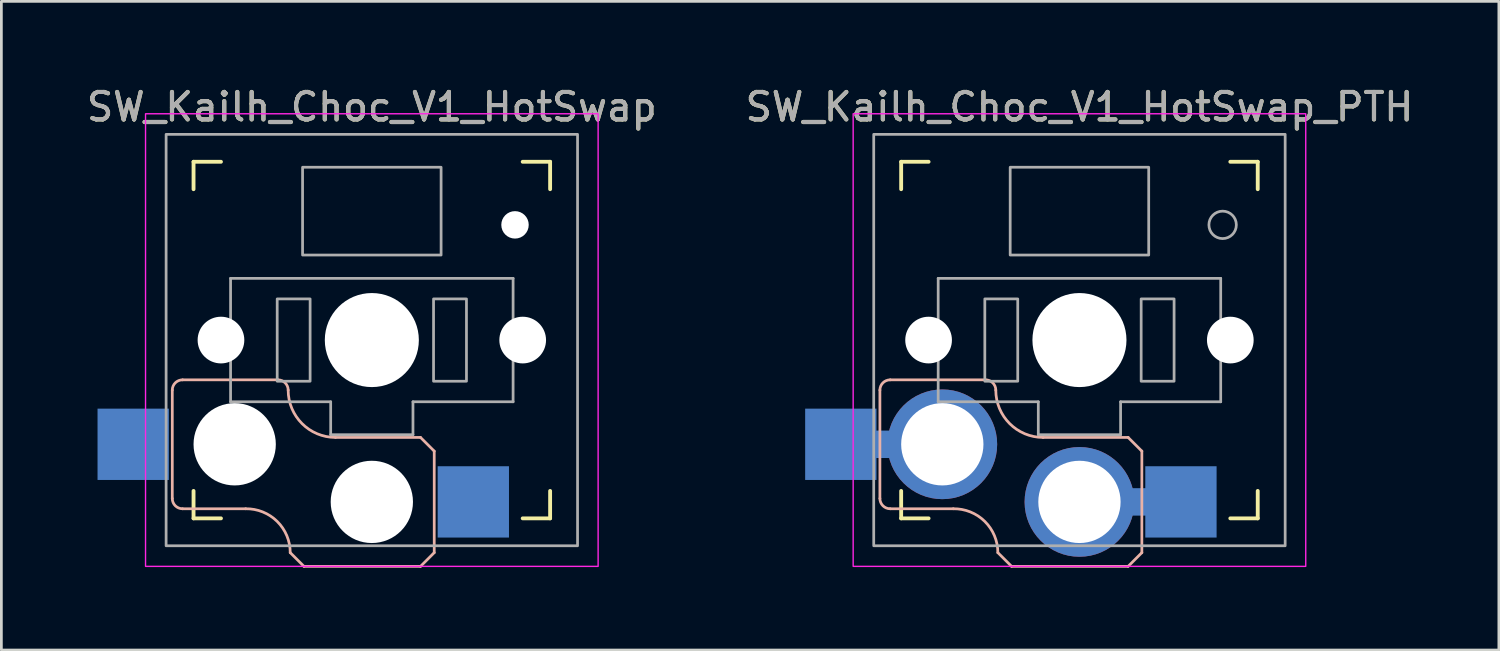
<source format=kicad_pcb>
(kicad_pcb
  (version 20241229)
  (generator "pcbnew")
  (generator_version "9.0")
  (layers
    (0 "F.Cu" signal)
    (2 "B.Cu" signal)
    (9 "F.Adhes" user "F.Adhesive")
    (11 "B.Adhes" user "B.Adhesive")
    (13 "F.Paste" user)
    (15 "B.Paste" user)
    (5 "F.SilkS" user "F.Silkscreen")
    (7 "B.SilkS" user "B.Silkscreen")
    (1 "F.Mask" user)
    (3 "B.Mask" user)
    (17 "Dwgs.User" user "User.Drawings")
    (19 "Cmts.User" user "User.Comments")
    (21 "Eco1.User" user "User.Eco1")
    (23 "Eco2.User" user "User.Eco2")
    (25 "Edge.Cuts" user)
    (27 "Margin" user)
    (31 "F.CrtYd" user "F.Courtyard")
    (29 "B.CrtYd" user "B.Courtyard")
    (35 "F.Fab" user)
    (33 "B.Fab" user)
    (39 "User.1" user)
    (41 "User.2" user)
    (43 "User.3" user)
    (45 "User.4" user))
  (footprint "SW_Kailh_Choc_V1_HotSwap"
    (layer "F.Cu")
    (at 10.506 9.348)
    (property "Reference" "SW_Kailh_Choc_V1_HotSwap" (at 0 -8.5 0) (unlocked yes) (layer "F.SilkS") (effects (font (size 1 1) (thickness 0.15))))
    (attr through_hole)
    (fp_line (start -6.5 -5.5) (end -6.5 -6.5) (stroke (width 0.14) (type solid)) (layer "F.SilkS"))
    (fp_line (start -6.5 6.5) (end -6.5 5.5) (stroke (width 0.14) (type solid)) (layer "F.SilkS"))
    (fp_line (start -6.5 6.5) (end -5.5 6.5) (stroke (width 0.14) (type solid)) (layer "F.SilkS"))
    (fp_line (start -5.5 -6.5) (end -6.5 -6.5) (stroke (width 0.14) (type solid)) (layer "F.SilkS"))
    (fp_line (start 5.5 6.5) (end 6.5 6.5) (stroke (width 0.14) (type solid)) (layer "F.SilkS"))
    (fp_line (start 6.5 -6.5) (end 5.5 -6.5) (stroke (width 0.14) (type solid)) (layer "F.SilkS"))
    (fp_line (start 6.5 -6.5) (end 6.5 -5.5) (stroke (width 0.14) (type solid)) (layer "F.SilkS"))
    (fp_line (start 6.5 5.5) (end 6.5 6.5) (stroke (width 0.14) (type solid)) (layer "F.SilkS"))
    (fp_line (start -7.275 5.775) (end -7.275 1.825) (stroke (width 0.1) (type default)) (layer "B.SilkS"))
    (fp_line (start -6.9 1.45) (end -3.425 1.45) (stroke (width 0.1) (type default)) (layer "B.SilkS"))
    (fp_line (start -6.9 6.15) (end -4.6 6.15) (stroke (width 0.1) (type default)) (layer "B.SilkS"))
    (fp_line (start -2.475 8.25) (end -2.975 7.75) (stroke (width 0.1) (type default)) (layer "B.SilkS"))
    (fp_line (start -1.325 3.55) (end 1.775 3.55) (stroke (width 0.1) (type default)) (layer "B.SilkS"))
    (fp_line (start 1.775 8.25) (end -2.475 8.25) (stroke (width 0.1) (type default)) (layer "B.SilkS"))
    (fp_line (start 2.275 4.05) (end 1.775 3.55) (stroke (width 0.1) (type default)) (layer "B.SilkS"))
    (fp_line (start 2.275 4.05) (end 2.275 7.75) (stroke (width 0.1) (type default)) (layer "B.SilkS"))
    (fp_line (start 2.275 7.75) (end 1.775 8.25) (stroke (width 0.1) (type default)) (layer "B.SilkS"))
    (fp_arc (start -7.275 1.825) (mid -7.165165 1.559835) (end -6.9 1.45) (stroke (width 0.1) (type default)) (layer "B.SilkS"))
    (fp_arc (start -6.9 6.15) (mid -7.165165 6.040165) (end -7.275 5.775) (stroke (width 0.1) (type default)) (layer "B.SilkS"))
    (fp_arc (start -4.600195 6.15) (mid -3.45256 6.609686) (end -2.975 7.75) (stroke (width 0.1) (type default)) (layer "B.SilkS"))
    (fp_arc (start -3.425 1.45) (mid -3.159835 1.559835) (end -3.05 1.825) (stroke (width 0.1) (type default)) (layer "B.SilkS"))
    (fp_arc (start -1.325 3.55) (mid -2.544759 3.044759) (end -3.05 1.825) (stroke (width 0.1) (type default)) (layer "B.SilkS"))
    (fp_rect (start -8.25 -8.25) (end 8.25 8.25) (stroke (width 0.05) (type solid)) (fill no) (layer "F.CrtYd"))
    (fp_line (start -5.15 -2.25) (end -5.15 2.25) (stroke (width 0.1) (type default)) (layer "F.Fab"))
    (fp_line (start -5.15 -2.25) (end 5.15 -2.25) (stroke (width 0.1) (type default)) (layer "F.Fab"))
    (fp_line (start -5.15 2.25) (end -1.5 2.25) (stroke (width 0.1) (type default)) (layer "F.Fab"))
    (fp_line (start -1.5 3.45) (end -1.5 2.25) (stroke (width 0.1) (type default)) (layer "F.Fab"))
    (fp_line (start 1.5 2.25) (end 1.5 3.45) (stroke (width 0.1) (type default)) (layer "F.Fab"))
    (fp_line (start 1.5 3.45) (end -1.5 3.45) (stroke (width 0.1) (type default)) (layer "F.Fab"))
    (fp_line (start 5.15 -2.25) (end 5.15 2.25) (stroke (width 0.1) (type default)) (layer "F.Fab"))
    (fp_line (start 5.15 2.25) (end 1.5 2.25) (stroke (width 0.1) (type default)) (layer "F.Fab"))
    (fp_rect (start -7.5 -7.5) (end 7.5 7.5) (stroke (width 0.1) (type solid)) (fill no) (layer "F.Fab"))
    (fp_rect (start -2.525 -6.3) (end 2.525 -3.1) (stroke (width 0.1) (type default)) (fill no) (layer "F.Fab"))
    (fp_rect (start -2.25 -1.5) (end -3.45 1.5) (stroke (width 0.1) (type default)) (fill no) (layer "F.Fab"))
    (fp_rect (start 3.45 -1.5) (end 2.25 1.5) (stroke (width 0.1) (type default)) (fill no) (layer "F.Fab"))
    (fp_text user "${REFERENCE}" (at 0 -8.5 0) (unlocked yes) (layer "F.Fab") (effects (font (size 1 1) (thickness 0.15))))
    (pad "" np_thru_hole circle (at -5.5 0) (size 1.702 1.702) (drill 1.702) (layers "*.Cu" "*.Mask"))
    (pad "" np_thru_hole circle (at -5 3.8) (size 3 3) (drill 3) (layers "*.Cu" "*.Mask"))
    (pad "" np_thru_hole circle (at 0 0) (size 3.429 3.429) (drill 3.429) (layers "*.Cu" "*.Mask"))
    (pad "" np_thru_hole circle (at 0 5.9) (size 3 3) (drill 3) (layers "*.Cu" "*.Mask"))
    (pad "" np_thru_hole circle (at 5.22 -4.2) (size 1 1) (drill 1) (layers "*.Cu" "*.Mask"))
    (pad "" np_thru_hole circle (at 5.5 0) (size 1.702 1.702) (drill 1.702) (layers "*.Cu" "*.Mask"))
    (pad "1" smd rect (at 3.7 5.9) (size 2.6 2.6) (layers "B.Cu" "B.Mask" "B.Paste"))
    (pad "2" smd rect (at -8.7 3.8) (size 2.6 2.6) (layers "B.Cu" "B.Mask" "B.Paste")))
  (footprint "SW_Kailh_Choc_V1_HotSwap_PTH"
    (layer "F.Cu")
    (at 36.304 9.348)
    (property "Reference" "SW_Kailh_Choc_V1_HotSwap_PTH" (at 0 -8.5 0) (unlocked yes) (layer "F.SilkS") (effects (font (size 1 1) (thickness 0.15))))
    (attr through_hole)
    (fp_line (start -6.5 -5.5) (end -6.5 -6.5) (stroke (width 0.14) (type solid)) (layer "F.SilkS"))
    (fp_line (start -6.5 6.5) (end -6.5 5.5) (stroke (width 0.14) (type solid)) (layer "F.SilkS"))
    (fp_line (start -6.5 6.5) (end -5.5 6.5) (stroke (width 0.14) (type solid)) (layer "F.SilkS"))
    (fp_line (start -5.5 -6.5) (end -6.5 -6.5) (stroke (width 0.14) (type solid)) (layer "F.SilkS"))
    (fp_line (start 5.5 6.5) (end 6.5 6.5) (stroke (width 0.14) (type solid)) (layer "F.SilkS"))
    (fp_line (start 6.5 -6.5) (end 5.5 -6.5) (stroke (width 0.14) (type solid)) (layer "F.SilkS"))
    (fp_line (start 6.5 -6.5) (end 6.5 -5.5) (stroke (width 0.14) (type solid)) (layer "F.SilkS"))
    (fp_line (start 6.5 5.5) (end 6.5 6.5) (stroke (width 0.14) (type solid)) (layer "F.SilkS"))
    (fp_line (start -7.275 5.775) (end -7.275 1.825) (stroke (width 0.1) (type default)) (layer "B.SilkS"))
    (fp_line (start -6.9 1.45) (end -3.425 1.45) (stroke (width 0.1) (type default)) (layer "B.SilkS"))
    (fp_line (start -6.9 6.15) (end -4.6 6.15) (stroke (width 0.1) (type default)) (layer "B.SilkS"))
    (fp_line (start -2.475 8.25) (end -2.975 7.75) (stroke (width 0.1) (type default)) (layer "B.SilkS"))
    (fp_line (start -1.325 3.55) (end 1.775 3.55) (stroke (width 0.1) (type default)) (layer "B.SilkS"))
    (fp_line (start 1.775 8.25) (end -2.475 8.25) (stroke (width 0.1) (type default)) (layer "B.SilkS"))
    (fp_line (start 2.275 4.05) (end 1.775 3.55) (stroke (width 0.1) (type default)) (layer "B.SilkS"))
    (fp_line (start 2.275 4.05) (end 2.275 7.75) (stroke (width 0.1) (type default)) (layer "B.SilkS"))
    (fp_line (start 2.275 7.75) (end 1.775 8.25) (stroke (width 0.1) (type default)) (layer "B.SilkS"))
    (fp_arc (start -7.275 1.825) (mid -7.165165 1.559835) (end -6.9 1.45) (stroke (width 0.1) (type default)) (layer "B.SilkS"))
    (fp_arc (start -6.9 6.15) (mid -7.165165 6.040165) (end -7.275 5.775) (stroke (width 0.1) (type default)) (layer "B.SilkS"))
    (fp_arc (start -4.600195 6.15) (mid -3.45256 6.609686) (end -2.975 7.75) (stroke (width 0.1) (type default)) (layer "B.SilkS"))
    (fp_arc (start -3.425 1.45) (mid -3.159835 1.559835) (end -3.05 1.825) (stroke (width 0.1) (type default)) (layer "B.SilkS"))
    (fp_arc (start -1.325 3.55) (mid -2.544759 3.044759) (end -3.05 1.825) (stroke (width 0.1) (type default)) (layer "B.SilkS"))
    (fp_rect (start -8.25 -8.25) (end 8.25 8.25) (stroke (width 0.05) (type solid)) (fill no) (layer "F.CrtYd"))
    (fp_line (start -5.15 -2.25) (end -5.15 2.25) (stroke (width 0.1) (type default)) (layer "F.Fab"))
    (fp_line (start -5.15 -2.25) (end 5.15 -2.25) (stroke (width 0.1) (type default)) (layer "F.Fab"))
    (fp_line (start -5.15 2.25) (end -1.5 2.25) (stroke (width 0.1) (type default)) (layer "F.Fab"))
    (fp_line (start -1.5 3.45) (end -1.5 2.25) (stroke (width 0.1) (type default)) (layer "F.Fab"))
    (fp_line (start 1.5 2.25) (end 1.5 3.45) (stroke (width 0.1) (type default)) (layer "F.Fab"))
    (fp_line (start 1.5 3.45) (end -1.5 3.45) (stroke (width 0.1) (type default)) (layer "F.Fab"))
    (fp_line (start 5.15 -2.25) (end 5.15 2.25) (stroke (width 0.1) (type default)) (layer "F.Fab"))
    (fp_line (start 5.15 2.25) (end 1.5 2.25) (stroke (width 0.1) (type default)) (layer "F.Fab"))
    (fp_rect (start -7.5 -7.5) (end 7.5 7.5) (stroke (width 0.1) (type solid)) (fill no) (layer "F.Fab"))
    (fp_rect (start -2.525 -6.3) (end 2.525 -3.1) (stroke (width 0.1) (type default)) (fill no) (layer "F.Fab"))
    (fp_rect (start -2.25 -1.5) (end -3.45 1.5) (stroke (width 0.1) (type default)) (fill no) (layer "F.Fab"))
    (fp_rect (start 3.45 -1.5) (end 2.25 1.5) (stroke (width 0.1) (type default)) (fill no) (layer "F.Fab"))
    (fp_circle (center 5.22 -4.2) (end 5.72 -4.2) (stroke (width 0.1) (type default)) (fill no) (layer "F.Fab"))
    (fp_text user "${REFERENCE}" (at 0 -8.5 0) (unlocked yes) (layer "F.Fab") (effects (font (size 1 1) (thickness 0.15))))
    (pad "" np_thru_hole circle (at -5.5 0) (size 1.702 1.702) (drill 1.702) (layers "*.Cu" "*.Mask"))
    (pad "" np_thru_hole circle (at 0 0) (size 3.429 3.429) (drill 3.429) (layers "*.Cu" "*.Mask"))
    (pad "" np_thru_hole circle (at 5.5 0) (size 1.702 1.702) (drill 1.702) (layers "*.Cu" "*.Mask"))
    (pad "1" thru_hole circle (at 0 5.9) (size 4 4) (drill 3) (layers "*.Cu" "B.Mask"))
    (pad "1" smd rect (at 2 5.9) (size 3.9 1) (layers "B.Cu"))
    (pad "1" smd rect (at 3.7 5.9) (size 2.6 2.6) (layers "B.Cu" "B.Mask" "B.Paste"))
    (pad "2" smd rect (at -8.7 3.8) (size 2.6 2.6) (layers "B.Cu" "B.Mask" "B.Paste"))
    (pad "2" smd rect (at -7 3.8) (size 3.9 1) (layers "B.Cu"))
    (pad "2" thru_hole circle (at -5 3.8) (size 4 4) (drill 3) (layers "*.Cu" "B.Mask")))
  (gr_rect
    (start -3 -3)
    (end 51.595 20.648)
    (stroke (width 0.1) (type default))
    (fill no)
    (layer "Edge.Cuts")))
</source>
